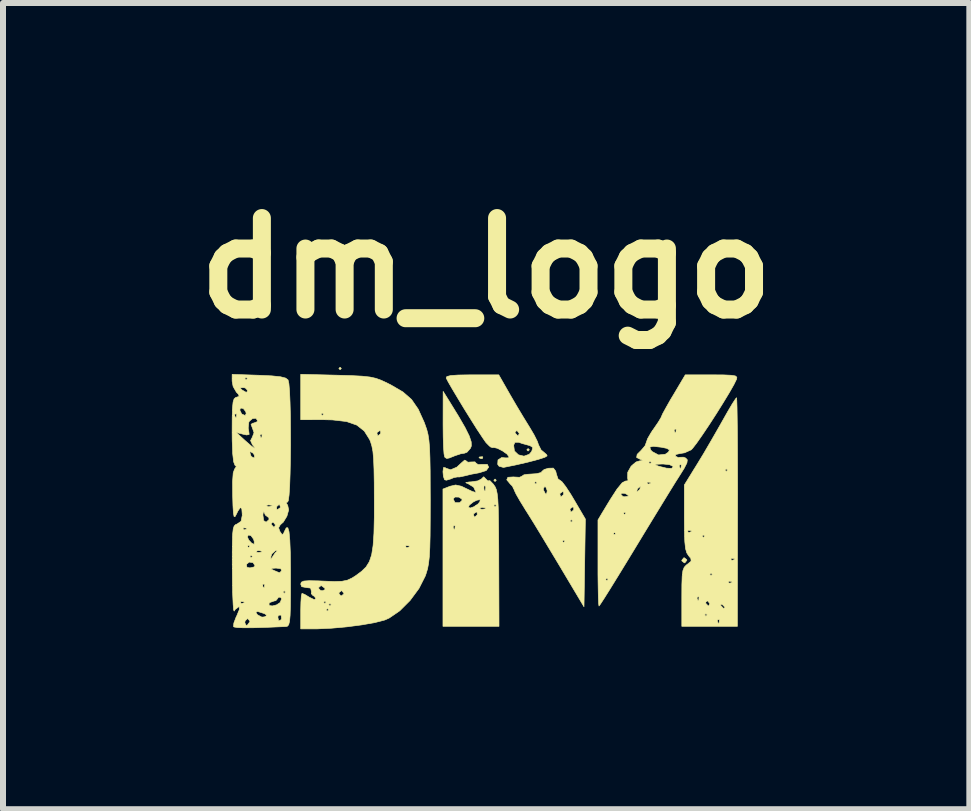
<source format=kicad_pcb>
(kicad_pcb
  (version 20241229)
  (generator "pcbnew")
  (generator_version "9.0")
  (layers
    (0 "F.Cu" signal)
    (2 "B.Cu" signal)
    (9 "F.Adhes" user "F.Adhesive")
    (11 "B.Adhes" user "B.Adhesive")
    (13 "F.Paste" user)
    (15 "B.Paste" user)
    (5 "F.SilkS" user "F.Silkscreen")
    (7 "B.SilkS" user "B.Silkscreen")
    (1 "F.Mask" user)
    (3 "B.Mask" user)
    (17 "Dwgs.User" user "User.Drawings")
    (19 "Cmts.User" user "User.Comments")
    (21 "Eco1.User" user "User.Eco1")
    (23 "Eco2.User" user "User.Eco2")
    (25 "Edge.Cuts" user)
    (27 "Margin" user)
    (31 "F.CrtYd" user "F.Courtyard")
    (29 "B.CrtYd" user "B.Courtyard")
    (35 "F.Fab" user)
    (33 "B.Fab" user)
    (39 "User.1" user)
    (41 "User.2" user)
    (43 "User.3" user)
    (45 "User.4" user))
  (footprint "dm_logo"
    (layer "F.Cu")
    (at 5.051 5.228)
    (property "Reference" "dm_logo" (at 0 -3.81 0) (layer "F.SilkS") (effects (font (size 1.524 1.524) (thickness 0.3))))
    (attr through_hole)
    (fp_poly (pts (xy -2.413 -2.138) (xy -2.434 -2.117) (xy -2.455 -2.138) (xy -2.434 -2.159) (xy -2.413 -2.138)) (stroke (width 0.01) (type solid)) (fill yes) (layer "F.SilkS"))
    (fp_poly (pts (xy 0.169 -0.275) (xy 0.148 -0.254) (xy 0.127 -0.275) (xy 0.148 -0.296) (xy 0.169 -0.275)) (stroke (width 0.01) (type solid)) (fill yes) (layer "F.SilkS"))
    (fp_poly (pts (xy 0.72 -0.783) (xy 0.699 -0.762) (xy 0.677 -0.783) (xy 0.699 -0.804) (xy 0.72 -0.783)) (stroke (width 0.01) (type solid)) (fill yes) (layer "F.SilkS"))
    (fp_poly (pts (xy -0.056 -0.663) (xy -0.062 -0.638) (xy -0.085 -0.635) (xy -0.12 -0.65) (xy -0.113 -0.663) (xy -0.063 -0.668) (xy -0.056 -0.663)) (stroke (width 0.01) (type solid)) (fill yes) (layer "F.SilkS"))
    (fp_poly (pts (xy 3.343 1.048) (xy 3.344 1.058) (xy 3.312 1.099) (xy 3.302 1.101) (xy 3.261 1.068) (xy 3.26 1.058) (xy 3.292 1.017) (xy 3.302 1.016) (xy 3.343 1.048)) (stroke (width 0.01) (type solid)) (fill yes) (layer "F.SilkS"))
    (fp_poly (pts (xy -0.611 -1.587) (xy -0.459 -1.34) (xy -0.351 -1.153) (xy -0.282 -1.014) (xy -0.249 -0.915) (xy -0.247 -0.846) (xy -0.262 -0.808) (xy -0.319 -0.743) (xy -0.359 -0.727) (xy -0.426 -0.716) (xy -0.521 -0.684) (xy -0.613 -0.647) (xy -0.656 -0.638) (xy -0.682 -0.653) (xy -0.691 -0.663) (xy -0.702 -0.714) (xy -0.711 -0.832) (xy -0.716 -1.001) (xy -0.718 -1.203) (xy -0.718 -1.224) (xy -0.717 -1.757) (xy -0.611 -1.587)) (stroke (width 0.01) (type solid)) (fill yes) (layer "F.SilkS"))
    (fp_poly (pts (xy -0.339 -0.603) (xy -0.305 -0.576) (xy -0.254 -0.58) (xy -0.187 -0.582) (xy -0.169 -0.561) (xy -0.134 -0.537) (xy -0.064 -0.54) (xy 0.019 -0.54) (xy 0.042 -0.494) (xy 0.001 -0.437) (xy -0.116 -0.4) (xy -0.246 -0.376) (xy -0.351 -0.35) (xy -0.36 -0.348) (xy -0.444 -0.33) (xy -0.478 -0.331) (xy -0.539 -0.32) (xy -0.589 -0.298) (xy -0.663 -0.276) (xy -0.693 -0.284) (xy -0.713 -0.342) (xy -0.72 -0.418) (xy -0.711 -0.488) (xy -0.679 -0.484) (xy -0.672 -0.477) (xy -0.592 -0.45) (xy -0.489 -0.494) (xy -0.413 -0.564) (xy -0.359 -0.611) (xy -0.339 -0.603)) (stroke (width 0.01) (type solid)) (fill yes) (layer "F.SilkS"))
    (fp_poly (pts (xy 0.397 -1.704) (xy 0.503 -1.522) (xy 0.614 -1.337) (xy 0.708 -1.184) (xy 0.723 -1.16) (xy 0.799 -1.031) (xy 0.854 -0.921) (xy 0.872 -0.867) (xy 0.915 -0.781) (xy 0.95 -0.752) (xy 1.006 -0.704) (xy 1.016 -0.682) (xy 0.977 -0.658) (xy 0.869 -0.623) (xy 0.706 -0.58) (xy 0.504 -0.533) (xy 0.288 -0.489) (xy 0.215 -0.509) (xy 0.192 -0.541) (xy 0.197 -0.614) (xy 0.258 -0.654) (xy 0.324 -0.648) (xy 0.375 -0.649) (xy 0.381 -0.664) (xy 0.349 -0.71) (xy 0.273 -0.764) (xy 0.187 -0.808) (xy 0.123 -0.823) (xy 0.112 -0.818) (xy 0.072 -0.83) (xy 0.04 -0.86) (xy 0.458 -0.86) (xy 0.471 -0.763) (xy 0.538 -0.699) (xy 0.63 -0.677) (xy 0.719 -0.709) (xy 0.759 -0.757) (xy 0.778 -0.822) (xy 0.728 -0.853) (xy 0.708 -0.858) (xy 0.599 -0.888) (xy 0.543 -0.908) (xy 0.48 -0.908) (xy 0.458 -0.86) (xy 0.04 -0.86) (xy 0.007 -0.893) (xy -0.008 -0.91) (xy -0.062 -0.988) (xy -0.119 -1.075) (xy 0.48 -1.075) (xy 0.487 -1.058) (xy 0.525 -1.018) (xy 0.532 -1.016) (xy 0.55 -1.049) (xy 0.55 -1.058) (xy 0.518 -1.099) (xy 0.506 -1.101) (xy 0.48 -1.075) (xy -0.119 -1.075) (xy -0.147 -1.116) (xy -0.249 -1.278) (xy -0.36 -1.456) (xy -0.467 -1.633) (xy -0.561 -1.79) (xy -0.631 -1.911) (xy -0.666 -1.979) (xy -0.666 -1.979) (xy -0.655 -2.004) (xy -0.592 -2.02) (xy -0.466 -2.029) (xy -0.267 -2.032) (xy -0.238 -2.032) (xy 0.21 -2.032) (xy 0.397 -1.704)) (stroke (width 0.01) (type solid)) (fill yes) (layer "F.SilkS"))
    (fp_poly (pts (xy 1.159 -0.427) (xy 1.171 -0.376) (xy 1.198 -0.297) (xy 1.229 -0.276) (xy 1.229 -0.276) (xy 1.263 -0.251) (xy 1.328 -0.167) (xy 1.411 -0.04) (xy 1.457 0.037) (xy 1.653 0.371) (xy 1.63 1.833) (xy 1.229 1.16) (xy 1.086 0.922) (xy 0.977 0.741) (xy 1.27 0.741) (xy 1.291 0.762) (xy 1.312 0.741) (xy 1.291 0.72) (xy 1.27 0.741) (xy 0.977 0.741) (xy 0.944 0.686) (xy 0.814 0.472) (xy 0.771 0.402) (xy 1.397 0.402) (xy 1.418 0.423) (xy 1.439 0.402) (xy 1.418 0.381) (xy 1.397 0.402) (xy 0.771 0.402) (xy 0.706 0.298) (xy 0.652 0.212) (xy 1.397 0.212) (xy 1.411 0.253) (xy 1.416 0.254) (xy 1.452 0.224) (xy 1.46 0.212) (xy 1.457 0.173) (xy 1.442 0.169) (xy 1.399 0.2) (xy 1.397 0.212) (xy 0.652 0.212) (xy 0.647 0.204) (xy 0.562 0.066) (xy 0.498 -0.046) (xy 0.467 -0.112) (xy 0.466 -0.119) (xy 0.456 -0.138) (xy 0.952 -0.138) (xy 0.958 -0.106) (xy 0.988 -0.05) (xy 0.999 -0.042) (xy 1.228 -0.042) (xy 1.242 -0.001) (xy 1.246 0) (xy 1.282 -0.03) (xy 1.291 -0.042) (xy 1.288 -0.081) (xy 1.272 -0.085) (xy 1.229 -0.054) (xy 1.228 -0.042) (xy 0.999 -0.042) (xy 1.014 -0.077) (xy 1.016 -0.106) (xy 0.994 -0.162) (xy 0.975 -0.169) (xy 0.952 -0.138) (xy 0.456 -0.138) (xy 0.437 -0.177) (xy 0.402 -0.212) (xy 0.385 -0.233) (xy 0.804 -0.233) (xy 0.826 -0.212) (xy 0.847 -0.233) (xy 0.826 -0.254) (xy 0.804 -0.233) (xy 0.385 -0.233) (xy 0.343 -0.283) (xy 0.362 -0.325) (xy 0.454 -0.331) (xy 0.466 -0.33) (xy 0.554 -0.325) (xy 0.593 -0.341) (xy 0.593 -0.342) (xy 0.629 -0.366) (xy 0.688 -0.375) (xy 0.84 -0.385) (xy 0.917 -0.405) (xy 0.931 -0.425) (xy 0.967 -0.455) (xy 1.039 -0.476) (xy 1.12 -0.478) (xy 1.159 -0.427)) (stroke (width 0.01) (type solid)) (fill yes) (layer "F.SilkS"))
    (fp_poly (pts (xy -0.004 -0.296) (xy 0.033 -0.26) (xy 0.042 -0.27) (xy 0.064 -0.268) (xy 0.118 -0.212) (xy 0.124 -0.203) (xy 0.149 -0.167) (xy 0.169 -0.121) (xy 0.183 -0.055) (xy 0.194 0.04) (xy 0.201 0.177) (xy 0.205 0.364) (xy 0.208 0.612) (xy 0.21 0.932) (xy 0.21 1.03) (xy 0.214 2.159) (xy -0.72 2.159) (xy -0.72 0.508) (xy -0.55 0.508) (xy -0.535 0.543) (xy -0.522 0.536) (xy -0.517 0.486) (xy -0.522 0.48) (xy -0.547 0.486) (xy -0.55 0.508) (xy -0.72 0.508) (xy -0.72 0.296) (xy -0.212 0.296) (xy -0.197 0.338) (xy -0.193 0.339) (xy -0.157 0.309) (xy -0.148 0.296) (xy -0.152 0.257) (xy -0.167 0.254) (xy -0.21 0.285) (xy -0.212 0.296) (xy -0.72 0.296) (xy -0.72 0.202) (xy -0.109 0.202) (xy -0.067 0.208) (xy -0.012 0.201) (xy -0.011 0.186) (xy -0.068 0.176) (xy -0.093 0.183) (xy -0.109 0.202) (xy -0.72 0.202) (xy -0.72 0.172) (xy -0.296 0.172) (xy -0.268 0.188) (xy -0.205 0.166) (xy -0.178 0.148) (xy 0.127 0.148) (xy 0.148 0.169) (xy 0.169 0.148) (xy 0.148 0.127) (xy 0.127 0.148) (xy -0.178 0.148) (xy -0.137 0.121) (xy -0.106 0.084) (xy -0.099 0.046) (xy -0.158 0.058) (xy -0.214 0.086) (xy -0.28 0.138) (xy -0.296 0.172) (xy -0.72 0.172) (xy -0.72 0.035) (xy -0.55 0.035) (xy -0.519 0.098) (xy -0.442 0.099) (xy -0.441 0.098) (xy -0.401 0.059) (xy -0.405 0.038) (xy -0.456 0.005) (xy -0.52 0.004) (xy -0.55 0.035) (xy -0.72 0.035) (xy -0.72 -0.129) (xy -0.603 -0.175) (xy -0.509 -0.197) (xy -0.413 -0.176) (xy -0.328 -0.135) (xy -0.232 -0.089) (xy -0.176 -0.073) (xy -0.17 -0.078) (xy -0.205 -0.152) (xy -0.039 -0.152) (xy -0.031 -0.097) (xy -0.017 -0.096) (xy -0.007 -0.153) (xy -0.013 -0.177) (xy -0.032 -0.193) (xy -0.039 -0.152) (xy -0.205 -0.152) (xy -0.209 -0.161) (xy -0.303 -0.219) (xy -0.318 -0.223) (xy -0.34 -0.237) (xy -0.285 -0.247) (xy -0.247 -0.249) (xy -0.14 -0.265) (xy -0.075 -0.299) (xy -0.07 -0.307) (xy -0.041 -0.334) (xy -0.004 -0.296)) (stroke (width 0.01) (type solid)) (fill yes) (layer "F.SilkS"))
    (fp_poly (pts (xy 4.176 -1.61) (xy 4.18 -1.493) (xy 4.183 -1.308) (xy 4.186 -1.064) (xy 4.188 -0.769) (xy 4.189 -0.431) (xy 4.19 -0.06) (xy 4.189 0.254) (xy 4.186 2.159) (xy 3.26 2.159) (xy 3.26 2.074) (xy 3.852 2.074) (xy 3.868 2.109) (xy 3.881 2.103) (xy 3.886 2.052) (xy 3.881 2.046) (xy 3.855 2.052) (xy 3.852 2.074) (xy 3.26 2.074) (xy 3.26 1.968) (xy 3.641 1.968) (xy 3.662 1.99) (xy 3.683 1.968) (xy 3.662 1.947) (xy 3.641 1.968) (xy 3.26 1.968) (xy 3.26 1.762) (xy 3.655 1.762) (xy 3.662 1.778) (xy 3.7 1.818) (xy 3.707 1.82) (xy 3.723 1.79) (xy 3.901 1.79) (xy 3.912 1.814) (xy 3.954 1.859) (xy 3.979 1.85) (xy 3.979 1.844) (xy 3.949 1.808) (xy 3.93 1.795) (xy 3.901 1.79) (xy 3.723 1.79) (xy 3.725 1.788) (xy 3.725 1.778) (xy 3.693 1.737) (xy 3.681 1.736) (xy 3.655 1.762) (xy 3.26 1.762) (xy 3.26 1.693) (xy 3.514 1.693) (xy 3.529 1.728) (xy 3.542 1.722) (xy 3.547 1.671) (xy 3.542 1.665) (xy 3.517 1.671) (xy 3.514 1.693) (xy 3.26 1.693) (xy 3.26 1.675) (xy 3.261 1.464) (xy 3.263 1.411) (xy 4.036 1.411) (xy 4.042 1.436) (xy 4.064 1.439) (xy 4.099 1.424) (xy 4.092 1.411) (xy 4.042 1.406) (xy 4.036 1.411) (xy 3.263 1.411) (xy 3.266 1.322) (xy 3.27 1.291) (xy 3.725 1.291) (xy 3.747 1.312) (xy 3.768 1.291) (xy 3.747 1.27) (xy 3.725 1.291) (xy 3.27 1.291) (xy 3.278 1.231) (xy 3.3 1.175) (xy 3.334 1.138) (xy 3.352 1.125) (xy 3.415 1.073) (xy 3.411 1.03) (xy 4.078 1.03) (xy 4.084 1.055) (xy 4.106 1.058) (xy 4.141 1.043) (xy 4.135 1.03) (xy 4.084 1.025) (xy 4.078 1.03) (xy 3.411 1.03) (xy 3.41 1.027) (xy 3.373 0.982) (xy 3.343 0.935) (xy 3.322 0.863) (xy 3.31 0.75) (xy 3.306 0.656) (xy 3.598 0.656) (xy 3.619 0.677) (xy 3.641 0.656) (xy 3.619 0.635) (xy 3.598 0.656) (xy 3.306 0.656) (xy 3.304 0.583) (xy 3.304 0.564) (xy 3.358 0.564) (xy 3.364 0.59) (xy 3.387 0.593) (xy 3.422 0.577) (xy 3.415 0.564) (xy 3.365 0.559) (xy 3.358 0.564) (xy 3.304 0.564) (xy 3.302 0.353) (xy 3.302 -0.197) (xy 3.455 -0.445) (xy 3.979 -0.445) (xy 4 -0.423) (xy 4.022 -0.445) (xy 4 -0.466) (xy 3.979 -0.445) (xy 3.455 -0.445) (xy 3.509 -0.532) (xy 3.627 -0.726) (xy 3.761 -0.956) (xy 3.89 -1.181) (xy 3.934 -1.259) (xy 4.025 -1.42) (xy 4.101 -1.549) (xy 4.154 -1.63) (xy 4.172 -1.651) (xy 4.176 -1.61)) (stroke (width 0.01) (type solid)) (fill yes) (layer "F.SilkS"))
    (fp_poly (pts (xy -2.482 -2.026) (xy -2.242 -2.019) (xy -2.067 -2.01) (xy -1.939 -1.996) (xy -1.837 -1.974) (xy -1.743 -1.939) (xy -1.637 -1.889) (xy -1.584 -1.862) (xy -1.387 -1.747) (xy -1.243 -1.621) (xy -1.132 -1.46) (xy -1.033 -1.242) (xy -1.018 -1.201) (xy -0.99 -1.121) (xy -0.969 -1.039) (xy -0.954 -0.94) (xy -0.943 -0.814) (xy -0.937 -0.649) (xy -0.933 -0.43) (xy -0.932 -0.147) (xy -0.931 0.064) (xy -0.932 0.393) (xy -0.934 0.651) (xy -0.939 0.848) (xy -0.947 0.997) (xy -0.96 1.111) (xy -0.977 1.202) (xy -1.001 1.281) (xy -1.015 1.321) (xy -1.12 1.528) (xy -1.268 1.728) (xy -1.44 1.9) (xy -1.617 2.021) (xy -1.689 2.053) (xy -1.85 2.095) (xy -2.069 2.134) (xy -2.32 2.167) (xy -2.578 2.19) (xy -2.815 2.201) (xy -2.847 2.201) (xy -3.09 2.201) (xy -3.09 1.905) (xy -3.09 1.884) (xy -2.667 1.884) (xy -2.646 1.905) (xy -2.625 1.884) (xy -2.646 1.863) (xy -2.667 1.884) (xy -3.09 1.884) (xy -3.088 1.799) (xy -2.625 1.799) (xy -2.603 1.82) (xy -2.582 1.799) (xy -2.603 1.778) (xy -2.625 1.799) (xy -3.088 1.799) (xy -3.087 1.759) (xy -3.087 1.757) (xy -2.709 1.757) (xy -2.688 1.778) (xy -2.667 1.757) (xy -2.688 1.736) (xy -2.709 1.757) (xy -3.087 1.757) (xy -3.08 1.653) (xy -3.069 1.609) (xy -3.068 1.609) (xy -3.02 1.629) (xy -2.941 1.677) (xy -2.864 1.714) (xy -2.836 1.698) (xy -2.867 1.653) (xy -2.881 1.651) (xy -2.912 1.617) (xy -2.912 1.609) (xy -2.455 1.609) (xy -2.423 1.65) (xy -2.413 1.651) (xy -2.372 1.619) (xy -2.371 1.609) (xy -2.403 1.568) (xy -2.413 1.566) (xy -2.454 1.599) (xy -2.455 1.609) (xy -2.912 1.609) (xy -2.912 1.577) (xy -2.924 1.524) (xy -2.794 1.524) (xy -2.76 1.561) (xy -2.728 1.566) (xy -2.684 1.546) (xy -2.688 1.524) (xy -2.742 1.483) (xy -2.754 1.482) (xy -2.793 1.514) (xy -2.794 1.524) (xy -2.924 1.524) (xy -2.925 1.521) (xy -2.995 1.513) (xy -3.074 1.498) (xy -3.09 1.455) (xy -3.08 1.423) (xy -3.038 1.404) (xy -2.95 1.398) (xy -2.799 1.401) (xy -2.713 1.405) (xy -2.528 1.412) (xy -2.403 1.408) (xy -2.314 1.39) (xy -2.236 1.354) (xy -2.173 1.314) (xy -2.076 1.242) (xy -2.001 1.169) (xy -1.946 1.08) (xy -1.908 0.966) (xy -1.885 0.818) (xy -1.341 0.818) (xy -1.335 0.844) (xy -1.312 0.847) (xy -1.277 0.831) (xy -1.284 0.818) (xy -1.334 0.813) (xy -1.341 0.818) (xy -1.885 0.818) (xy -1.884 0.812) (xy -1.87 0.608) (xy -1.864 0.342) (xy -1.864 0.064) (xy -1.865 -0.235) (xy -1.869 -0.462) (xy -1.876 -0.631) (xy -1.887 -0.755) (xy -1.905 -0.847) (xy -1.928 -0.922) (xy -1.943 -0.956) (xy -2.007 -1.058) (xy -1.82 -1.058) (xy -1.806 -1.017) (xy -1.802 -1.016) (xy -1.766 -1.046) (xy -1.757 -1.058) (xy -1.76 -1.097) (xy -1.776 -1.101) (xy -1.819 -1.07) (xy -1.82 -1.058) (xy -2.007 -1.058) (xy -2.031 -1.096) (xy -2.155 -1.194) (xy -2.327 -1.254) (xy -2.561 -1.281) (xy -2.72 -1.285) (xy -3.09 -1.284) (xy -3.09 -1.376) (xy -2.752 -1.376) (xy -2.731 -1.355) (xy -2.709 -1.376) (xy -2.731 -1.397) (xy -2.752 -1.376) (xy -3.09 -1.376) (xy -3.09 -2.041) (xy -2.482 -2.026)) (stroke (width 0.01) (type solid)) (fill yes) (layer "F.SilkS"))
    (fp_poly (pts (xy 3.956 -2.031) (xy 4.082 -2.025) (xy 4.152 -2.014) (xy 4.177 -1.993) (xy 4.173 -1.961) (xy 4.173 -1.961) (xy 4.129 -1.871) (xy 4.051 -1.734) (xy 3.949 -1.566) (xy 3.834 -1.382) (xy 3.715 -1.198) (xy 3.602 -1.03) (xy 3.507 -0.894) (xy 3.438 -0.805) (xy 3.415 -0.782) (xy 3.306 -0.733) (xy 3.227 -0.72) (xy 3.16 -0.705) (xy 3.154 -0.677) (xy 3.205 -0.652) (xy 3.22 -0.658) (xy 3.286 -0.66) (xy 3.324 -0.646) (xy 3.352 -0.616) (xy 3.345 -0.564) (xy 3.299 -0.474) (xy 3.226 -0.357) (xy 3.159 -0.252) (xy 3.057 -0.087) (xy 2.927 0.125) (xy 2.777 0.37) (xy 2.615 0.636) (xy 2.481 0.857) (xy 2.325 1.113) (xy 2.184 1.343) (xy 2.063 1.539) (xy 1.968 1.69) (xy 1.905 1.787) (xy 1.88 1.82) (xy 1.874 1.78) (xy 1.869 1.669) (xy 1.866 1.501) (xy 1.864 1.376) (xy 1.99 1.376) (xy 2.011 1.397) (xy 2.032 1.376) (xy 2.011 1.355) (xy 1.99 1.376) (xy 1.864 1.376) (xy 1.863 1.29) (xy 1.863 1.103) (xy 1.863 0.614) (xy 2.117 0.614) (xy 2.138 0.635) (xy 2.159 0.614) (xy 2.138 0.593) (xy 2.117 0.614) (xy 1.863 0.614) (xy 1.863 0.386) (xy 1.929 0.275) (xy 2.286 0.275) (xy 2.307 0.296) (xy 2.328 0.275) (xy 2.307 0.254) (xy 2.286 0.275) (xy 1.929 0.275) (xy 2.064 0.052) (xy 2.124 -0.041) (xy 2.244 -0.041) (xy 2.278 -0.005) (xy 2.307 0) (xy 2.364 -0.009) (xy 2.371 -0.017) (xy 2.338 -0.044) (xy 2.307 -0.058) (xy 2.253 -0.059) (xy 2.244 -0.041) (xy 2.124 -0.041) (xy 2.154 -0.087) (xy 2.508 -0.087) (xy 2.514 -0.085) (xy 2.552 -0.114) (xy 2.561 -0.127) (xy 2.572 -0.167) (xy 2.566 -0.169) (xy 2.528 -0.14) (xy 2.519 -0.127) (xy 2.508 -0.087) (xy 2.154 -0.087) (xy 2.18 -0.128) (xy 2.266 -0.233) (xy 2.279 -0.24) (xy 2.681 -0.24) (xy 2.687 -0.215) (xy 2.709 -0.212) (xy 2.744 -0.227) (xy 2.738 -0.24) (xy 2.687 -0.245) (xy 2.681 -0.24) (xy 2.279 -0.24) (xy 2.322 -0.263) (xy 2.324 -0.262) (xy 2.365 -0.268) (xy 2.357 -0.314) (xy 2.359 -0.409) (xy 2.415 -0.509) (xy 2.441 -0.532) (xy 2.817 -0.532) (xy 2.87 -0.511) (xy 2.879 -0.508) (xy 3.005 -0.477) (xy 3.09 -0.473) (xy 3.116 -0.498) (xy 3.111 -0.508) (xy 3.217 -0.508) (xy 3.233 -0.473) (xy 3.246 -0.48) (xy 3.251 -0.53) (xy 3.246 -0.536) (xy 3.22 -0.53) (xy 3.217 -0.508) (xy 3.111 -0.508) (xy 3.056 -0.535) (xy 2.952 -0.546) (xy 2.929 -0.546) (xy 2.834 -0.542) (xy 2.817 -0.532) (xy 2.441 -0.532) (xy 2.488 -0.572) (xy 2.709 -0.572) (xy 2.731 -0.55) (xy 2.752 -0.572) (xy 2.731 -0.593) (xy 2.709 -0.572) (xy 2.488 -0.572) (xy 2.5 -0.581) (xy 2.555 -0.598) (xy 2.611 -0.604) (xy 2.586 -0.618) (xy 2.572 -0.622) (xy 2.507 -0.655) (xy 2.516 -0.707) (xy 2.582 -0.773) (xy 2.629 -0.828) (xy 2.727 -0.828) (xy 2.74 -0.782) (xy 2.767 -0.753) (xy 2.872 -0.697) (xy 2.985 -0.709) (xy 3.036 -0.744) (xy 3.054 -0.781) (xy 3.01 -0.807) (xy 2.918 -0.826) (xy 2.784 -0.841) (xy 2.727 -0.828) (xy 2.629 -0.828) (xy 2.647 -0.849) (xy 2.667 -0.903) (xy 2.69 -0.969) (xy 2.75 -1.072) (xy 2.77 -1.101) (xy 3.133 -1.101) (xy 3.148 -1.066) (xy 3.161 -1.072) (xy 3.166 -1.123) (xy 3.161 -1.129) (xy 3.136 -1.123) (xy 3.133 -1.101) (xy 2.77 -1.101) (xy 2.794 -1.136) (xy 2.866 -1.241) (xy 2.912 -1.317) (xy 2.921 -1.338) (xy 2.941 -1.384) (xy 2.996 -1.484) (xy 3.074 -1.622) (xy 3.12 -1.698) (xy 3.318 -2.032) (xy 3.759 -2.032) (xy 3.956 -2.031)) (stroke (width 0.01) (type solid)) (fill yes) (layer "F.SilkS"))
    (fp_poly (pts (xy -3.787 -2.025) (xy -3.571 -2.015) (xy -3.427 -2) (xy -3.341 -1.978) (xy -3.301 -1.947) (xy -3.287 -1.885) (xy -3.276 -1.757) (xy -3.268 -1.576) (xy -3.262 -1.357) (xy -3.26 -1.114) (xy -3.259 -0.86) (xy -3.262 -0.611) (xy -3.267 -0.38) (xy -3.274 -0.181) (xy -3.284 -0.029) (xy -3.297 0.064) (xy -3.307 0.085) (xy -3.333 0.101) (xy -3.307 0.142) (xy -3.291 0.219) (xy -3.32 0.323) (xy -3.38 0.422) (xy -3.431 0.467) (xy -3.459 0.517) (xy -3.437 0.577) (xy -3.4 0.631) (xy -3.376 0.612) (xy -3.364 0.582) (xy -3.331 0.517) (xy -3.305 0.516) (xy -3.285 0.583) (xy -3.272 0.721) (xy -3.263 0.935) (xy -3.26 1.228) (xy -3.26 1.333) (xy -3.26 1.618) (xy -3.262 1.829) (xy -3.267 1.977) (xy -3.276 2.074) (xy -3.29 2.13) (xy -3.309 2.155) (xy -3.334 2.162) (xy -3.643 2.175) (xy -3.876 2.182) (xy -4.04 2.183) (xy -4.146 2.179) (xy -4.199 2.17) (xy -4.21 2.163) (xy -4.205 2.107) (xy -4.202 2.098) (xy -4.022 2.098) (xy -4.001 2.142) (xy -3.979 2.138) (xy -3.939 2.084) (xy -3.937 2.072) (xy -3.969 2.033) (xy -3.979 2.032) (xy -4.016 2.066) (xy -4.022 2.098) (xy -4.202 2.098) (xy -4.169 2.01) (xy -4.168 2.008) (xy -3.471 2.008) (xy -3.457 2.069) (xy -3.421 2.051) (xy -3.41 2.035) (xy -3.415 1.981) (xy -3.428 1.969) (xy -3.465 1.978) (xy -3.471 2.008) (xy -4.168 2.008) (xy -4.153 1.977) (xy -4.131 1.923) (xy -3.838 1.923) (xy -3.812 1.966) (xy -3.738 2.005) (xy -3.694 2.001) (xy -3.652 1.977) (xy -3.687 1.951) (xy -3.707 1.943) (xy -3.808 1.911) (xy -3.838 1.923) (xy -4.131 1.923) (xy -4.113 1.881) (xy -4.113 1.834) (xy -4.122 1.833) (xy -4.18 1.875) (xy -4.199 1.905) (xy -4.208 1.886) (xy -4.216 1.794) (xy -4.218 1.75) (xy -4.092 1.75) (xy -4.086 1.775) (xy -4.064 1.778) (xy -3.619 1.778) (xy -3.615 1.812) (xy -3.563 1.819) (xy -3.492 1.801) (xy -3.433 1.762) (xy -3.432 1.761) (xy -3.407 1.698) (xy -3.427 1.673) (xy -3.467 1.675) (xy -3.471 1.691) (xy -3.505 1.731) (xy -3.532 1.736) (xy -3.604 1.761) (xy -3.619 1.778) (xy -4.064 1.778) (xy -4.029 1.763) (xy -4.036 1.75) (xy -4.086 1.745) (xy -4.092 1.75) (xy -4.218 1.75) (xy -4.223 1.642) (xy -4.225 1.587) (xy -3.387 1.587) (xy -3.365 1.609) (xy -3.344 1.587) (xy -3.365 1.566) (xy -3.387 1.587) (xy -4.225 1.587) (xy -4.227 1.482) (xy -3.725 1.482) (xy -3.71 1.517) (xy -3.697 1.51) (xy -3.692 1.46) (xy -3.697 1.453) (xy -3.722 1.459) (xy -3.725 1.482) (xy -4.227 1.482) (xy -4.228 1.441) (xy -4.23 1.222) (xy -4.23 1.193) (xy -3.577 1.193) (xy -3.576 1.208) (xy -3.535 1.228) (xy -3.464 1.258) (xy -3.442 1.267) (xy -3.417 1.241) (xy -3.408 1.228) (xy -3.423 1.198) (xy -3.501 1.188) (xy -3.577 1.193) (xy -4.23 1.193) (xy -4.231 1.125) (xy -3.996 1.125) (xy -3.986 1.175) (xy -3.936 1.185) (xy -3.868 1.169) (xy -3.852 1.148) (xy -3.884 1.098) (xy -3.947 1.088) (xy -3.995 1.124) (xy -3.996 1.125) (xy -4.231 1.125) (xy -4.231 1.046) (xy -3.588 1.046) (xy -3.57 1.016) (xy -3.518 0.937) (xy -3.497 0.918) (xy -3.481 0.895) (xy -3.514 0.9) (xy -3.571 0.951) (xy -3.587 0.998) (xy -3.588 1.046) (xy -4.231 1.046) (xy -4.231 0.995) (xy -3.937 0.995) (xy -3.916 1.016) (xy -3.895 0.995) (xy -3.916 0.974) (xy -3.937 0.995) (xy -4.231 0.995) (xy -4.231 0.954) (xy -4.231 0.921) (xy -3.834 0.921) (xy -3.792 0.928) (xy -3.737 0.92) (xy -3.737 0.906) (xy -3.793 0.896) (xy -3.818 0.902) (xy -3.834 0.921) (xy -4.231 0.921) (xy -4.23 0.826) (xy -3.979 0.826) (xy -3.958 0.847) (xy -3.937 0.826) (xy -3.958 0.804) (xy -3.979 0.826) (xy -4.23 0.826) (xy -4.229 0.758) (xy -4.226 0.669) (xy -3.979 0.669) (xy -3.956 0.72) (xy -3.908 0.772) (xy -3.868 0.791) (xy -3.865 0.789) (xy -3.865 0.743) (xy -3.877 0.705) (xy -3.918 0.648) (xy -3.962 0.636) (xy -3.979 0.669) (xy -4.226 0.669) (xy -4.225 0.624) (xy -4.215 0.538) (xy -4.21 0.522) (xy -4.05 0.522) (xy -4.044 0.547) (xy -4.022 0.55) (xy -3.987 0.535) (xy -3.993 0.522) (xy -4.044 0.517) (xy -4.05 0.522) (xy -4.21 0.522) (xy -4.2 0.489) (xy -4.177 0.464) (xy -4.149 0.453) (xy -4.143 0.449) (xy -3.584 0.449) (xy -3.577 0.466) (xy -3.539 0.506) (xy -3.532 0.508) (xy -3.514 0.475) (xy -3.514 0.466) (xy -3.546 0.425) (xy -3.558 0.423) (xy -3.584 0.449) (xy -4.143 0.449) (xy -4.084 0.408) (xy -4.064 0.307) (xy -3.72 0.307) (xy -3.707 0.397) (xy -3.667 0.423) (xy -3.619 0.381) (xy -3.621 0.342) (xy -3.635 0.339) (xy -3.68 0.304) (xy -3.696 0.265) (xy -3.711 0.241) (xy -3.72 0.298) (xy -3.72 0.307) (xy -4.064 0.307) (xy -4.064 0.305) (xy -4.064 0.3) (xy -4.072 0.198) (xy -4.096 0.178) (xy -4.139 0.241) (xy -4.16 0.286) (xy -4.184 0.33) (xy -4.2 0.33) (xy -4.211 0.274) (xy -4.218 0.169) (xy -3.493 0.169) (xy -3.489 0.208) (xy -3.474 0.212) (xy -3.431 0.181) (xy -3.429 0.169) (xy -3.443 0.128) (xy -3.448 0.127) (xy -3.484 0.157) (xy -3.493 0.169) (xy -4.218 0.169) (xy -4.218 0.159) (xy -3.665 0.159) (xy -3.623 0.166) (xy -3.568 0.158) (xy -3.567 0.144) (xy -3.624 0.134) (xy -3.649 0.14) (xy -3.665 0.159) (xy -4.218 0.159) (xy -4.219 0.153) (xy -4.224 -0.018) (xy -4.226 -0.249) (xy -4.215 -0.398) (xy -4.191 -0.465) (xy -4.188 -0.467) (xy -4.163 -0.505) (xy -4.186 -0.526) (xy -4.208 -0.583) (xy -4.224 -0.721) (xy -4.224 -0.735) (xy -3.937 -0.735) (xy -3.916 -0.673) (xy -3.874 -0.649) (xy -3.859 -0.657) (xy -3.865 -0.7) (xy -3.887 -0.729) (xy -3.93 -0.753) (xy -3.937 -0.735) (xy -4.224 -0.735) (xy -4.232 -0.934) (xy -4.233 -1.072) (xy -4.165 -1.072) (xy -4.019 -0.939) (xy -3.914 -0.847) (xy -3.861 -0.809) (xy -3.863 -0.827) (xy -3.895 -0.868) (xy -3.926 -0.937) (xy -3.897 -0.992) (xy -3.888 -1.016) (xy -3.768 -1.016) (xy -3.752 -0.981) (xy -3.739 -0.988) (xy -3.734 -1.038) (xy -3.739 -1.044) (xy -3.765 -1.038) (xy -3.768 -1.016) (xy -3.888 -1.016) (xy -3.868 -1.068) (xy -3.893 -1.14) (xy -3.918 -1.207) (xy -3.888 -1.227) (xy -3.875 -1.228) (xy -3.818 -1.25) (xy -3.81 -1.27) (xy -3.837 -1.309) (xy -3.895 -1.303) (xy -3.947 -1.258) (xy -3.955 -1.243) (xy -3.965 -1.144) (xy -3.956 -1.093) (xy -3.949 -1.039) (xy -3.991 -1.03) (xy -4.048 -1.042) (xy -4.165 -1.072) (xy -4.233 -1.072) (xy -4.233 -1.1) (xy -4.232 -1.326) (xy -4.231 -1.355) (xy -4.191 -1.355) (xy -4.176 -1.32) (xy -4.163 -1.326) (xy -4.158 -1.377) (xy -4.163 -1.383) (xy -4.188 -1.377) (xy -4.191 -1.355) (xy -4.231 -1.355) (xy -4.228 -1.446) (xy -4.106 -1.446) (xy -4.073 -1.379) (xy -4.016 -1.355) (xy -3.999 -1.386) (xy -4.006 -1.418) (xy -4.047 -1.471) (xy -4.091 -1.479) (xy -4.106 -1.446) (xy -4.228 -1.446) (xy -4.227 -1.481) (xy -4.217 -1.579) (xy -4.2 -1.632) (xy -4.174 -1.655) (xy -4.162 -1.658) (xy -4.115 -1.674) (xy -4.129 -1.709) (xy -4.162 -1.743) (xy -4.202 -1.813) (xy -4.102 -1.813) (xy -4.072 -1.783) (xy -4.064 -1.778) (xy -4 -1.741) (xy -3.981 -1.752) (xy -3.979 -1.778) (xy -4.014 -1.814) (xy -4.053 -1.82) (xy -4.102 -1.813) (xy -4.202 -1.813) (xy -4.217 -1.84) (xy -4.233 -1.927) (xy -4.233 -1.968) (xy -4.022 -1.968) (xy -4 -1.947) (xy -3.979 -1.968) (xy -4 -1.99) (xy -4.022 -1.968) (xy -4.233 -1.968) (xy -4.233 -2.04) (xy -3.787 -2.025)) (stroke (width 0.01) (type solid)) (fill yes) (layer "F.SilkS")))
  (gr_rect
    (start -3 -3)
    (end 13.102 10.434)
    (stroke (width 0.1) (type default))
    (fill no)
    (layer "Edge.Cuts")))
</source>
